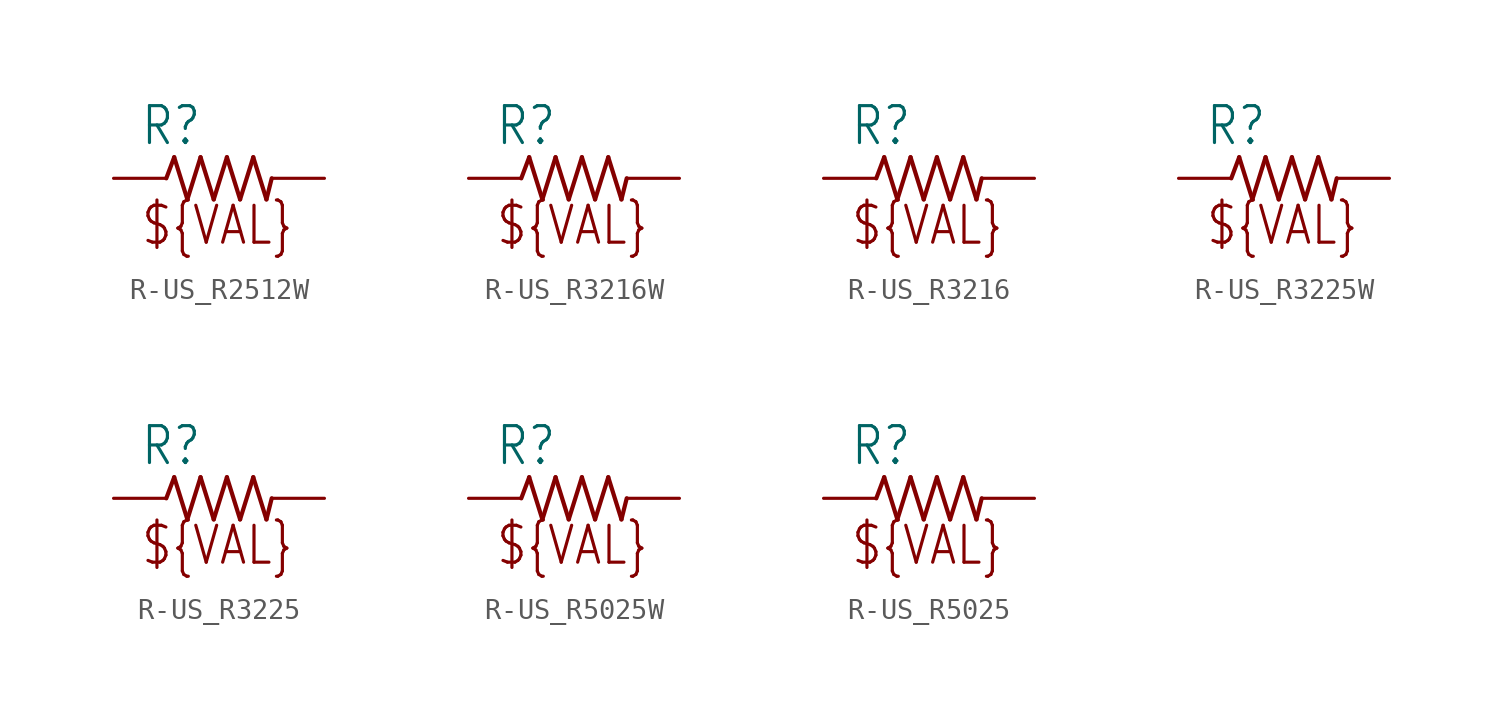
<source format=kicad_sym>
(kicad_symbol_lib
  (version 20231120)
  (generator "kicad_symbol_editor")
  (generator_version "8.0")
  (symbol "R-US_R2512W"
    (property "Reference" "R"
      (at -3.81 1.499 0)
      (effects (font (size 1.778 1.511)) (justify left bottom)))
    (property "ki_locked" ""
      (at 0 0 0)
      (effects (font (size 1.27 1.27))))
    (symbol "R-US_R2512W_1_0"
      (polyline (pts (xy -2.54 0) (xy -2.159 1.016)) (stroke (width 0.203) (type solid)) (fill (type none)))
      (polyline (pts (xy -2.159 1.016) (xy -1.524 -1.016)) (stroke (width 0.203) (type solid)) (fill (type none)))
      (polyline (pts (xy -1.524 -1.016) (xy -0.889 1.016)) (stroke (width 0.203) (type solid)) (fill (type none)))
      (polyline (pts (xy -0.889 1.016) (xy -0.254 -1.016)) (stroke (width 0.203) (type solid)) (fill (type none)))
      (polyline (pts (xy -0.254 -1.016) (xy 0.381 1.016)) (stroke (width 0.203) (type solid)) (fill (type none)))
      (polyline (pts (xy 0.381 1.016) (xy 1.016 -1.016)) (stroke (width 0.203) (type solid)) (fill (type none)))
      (polyline (pts (xy 1.016 -1.016) (xy 1.651 1.016)) (stroke (width 0.203) (type solid)) (fill (type none)))
      (polyline (pts (xy 1.651 1.016) (xy 2.286 -1.016)) (stroke (width 0.203) (type solid)) (fill (type none)))
      (polyline (pts (xy 2.286 -1.016) (xy 2.54 0)) (stroke (width 0.203) (type solid)) (fill (type none)))
      (text "${VAL}" (at -3.81 -3.302 0) (effects (font (size 1.778 1.511)) (justify left bottom)))
      (pin passive line (at -5.08 0 0) (length 2.54) (name "1" (effects (font (size 0 0)))) (number "1" (effects (font (size 0 0)))))
      (pin passive line (at 5.08 0 180) (length 2.54) (name "2" (effects (font (size 0 0)))) (number "2" (effects (font (size 0 0)))))))
  (symbol "R-US_R3216W"
    (property "Reference" "R"
      (at -3.81 1.499 0)
      (effects (font (size 1.778 1.511)) (justify left bottom)))
    (property "ki_locked" ""
      (at 0 0 0)
      (effects (font (size 1.27 1.27))))
    (symbol "R-US_R3216W_1_0"
      (polyline (pts (xy -2.54 0) (xy -2.159 1.016)) (stroke (width 0.203) (type solid)) (fill (type none)))
      (polyline (pts (xy -2.159 1.016) (xy -1.524 -1.016)) (stroke (width 0.203) (type solid)) (fill (type none)))
      (polyline (pts (xy -1.524 -1.016) (xy -0.889 1.016)) (stroke (width 0.203) (type solid)) (fill (type none)))
      (polyline (pts (xy -0.889 1.016) (xy -0.254 -1.016)) (stroke (width 0.203) (type solid)) (fill (type none)))
      (polyline (pts (xy -0.254 -1.016) (xy 0.381 1.016)) (stroke (width 0.203) (type solid)) (fill (type none)))
      (polyline (pts (xy 0.381 1.016) (xy 1.016 -1.016)) (stroke (width 0.203) (type solid)) (fill (type none)))
      (polyline (pts (xy 1.016 -1.016) (xy 1.651 1.016)) (stroke (width 0.203) (type solid)) (fill (type none)))
      (polyline (pts (xy 1.651 1.016) (xy 2.286 -1.016)) (stroke (width 0.203) (type solid)) (fill (type none)))
      (polyline (pts (xy 2.286 -1.016) (xy 2.54 0)) (stroke (width 0.203) (type solid)) (fill (type none)))
      (text "${VAL}" (at -3.81 -3.302 0) (effects (font (size 1.778 1.511)) (justify left bottom)))
      (pin passive line (at -5.08 0 0) (length 2.54) (name "1" (effects (font (size 0 0)))) (number "1" (effects (font (size 0 0)))))
      (pin passive line (at 5.08 0 180) (length 2.54) (name "2" (effects (font (size 0 0)))) (number "2" (effects (font (size 0 0)))))))
  (symbol "R-US_R3216"
    (property "Reference" "R"
      (at -3.81 1.499 0)
      (effects (font (size 1.778 1.511)) (justify left bottom)))
    (property "ki_locked" ""
      (at 0 0 0)
      (effects (font (size 1.27 1.27))))
    (symbol "R-US_R3216_1_0"
      (polyline (pts (xy -2.54 0) (xy -2.159 1.016)) (stroke (width 0.203) (type solid)) (fill (type none)))
      (polyline (pts (xy -2.159 1.016) (xy -1.524 -1.016)) (stroke (width 0.203) (type solid)) (fill (type none)))
      (polyline (pts (xy -1.524 -1.016) (xy -0.889 1.016)) (stroke (width 0.203) (type solid)) (fill (type none)))
      (polyline (pts (xy -0.889 1.016) (xy -0.254 -1.016)) (stroke (width 0.203) (type solid)) (fill (type none)))
      (polyline (pts (xy -0.254 -1.016) (xy 0.381 1.016)) (stroke (width 0.203) (type solid)) (fill (type none)))
      (polyline (pts (xy 0.381 1.016) (xy 1.016 -1.016)) (stroke (width 0.203) (type solid)) (fill (type none)))
      (polyline (pts (xy 1.016 -1.016) (xy 1.651 1.016)) (stroke (width 0.203) (type solid)) (fill (type none)))
      (polyline (pts (xy 1.651 1.016) (xy 2.286 -1.016)) (stroke (width 0.203) (type solid)) (fill (type none)))
      (polyline (pts (xy 2.286 -1.016) (xy 2.54 0)) (stroke (width 0.203) (type solid)) (fill (type none)))
      (text "${VAL}" (at -3.81 -3.302 0) (effects (font (size 1.778 1.511)) (justify left bottom)))
      (pin passive line (at -5.08 0 0) (length 2.54) (name "1" (effects (font (size 0 0)))) (number "1" (effects (font (size 0 0)))))
      (pin passive line (at 5.08 0 180) (length 2.54) (name "2" (effects (font (size 0 0)))) (number "2" (effects (font (size 0 0)))))))
  (symbol "R-US_R3225W"
    (property "Reference" "R"
      (at -3.81 1.499 0)
      (effects (font (size 1.778 1.511)) (justify left bottom)))
    (property "ki_locked" ""
      (at 0 0 0)
      (effects (font (size 1.27 1.27))))
    (symbol "R-US_R3225W_1_0"
      (polyline (pts (xy -2.54 0) (xy -2.159 1.016)) (stroke (width 0.203) (type solid)) (fill (type none)))
      (polyline (pts (xy -2.159 1.016) (xy -1.524 -1.016)) (stroke (width 0.203) (type solid)) (fill (type none)))
      (polyline (pts (xy -1.524 -1.016) (xy -0.889 1.016)) (stroke (width 0.203) (type solid)) (fill (type none)))
      (polyline (pts (xy -0.889 1.016) (xy -0.254 -1.016)) (stroke (width 0.203) (type solid)) (fill (type none)))
      (polyline (pts (xy -0.254 -1.016) (xy 0.381 1.016)) (stroke (width 0.203) (type solid)) (fill (type none)))
      (polyline (pts (xy 0.381 1.016) (xy 1.016 -1.016)) (stroke (width 0.203) (type solid)) (fill (type none)))
      (polyline (pts (xy 1.016 -1.016) (xy 1.651 1.016)) (stroke (width 0.203) (type solid)) (fill (type none)))
      (polyline (pts (xy 1.651 1.016) (xy 2.286 -1.016)) (stroke (width 0.203) (type solid)) (fill (type none)))
      (polyline (pts (xy 2.286 -1.016) (xy 2.54 0)) (stroke (width 0.203) (type solid)) (fill (type none)))
      (text "${VAL}" (at -3.81 -3.302 0) (effects (font (size 1.778 1.511)) (justify left bottom)))
      (pin passive line (at -5.08 0 0) (length 2.54) (name "1" (effects (font (size 0 0)))) (number "1" (effects (font (size 0 0)))))
      (pin passive line (at 5.08 0 180) (length 2.54) (name "2" (effects (font (size 0 0)))) (number "2" (effects (font (size 0 0)))))))
  (symbol "R-US_R3225"
    (property "Reference" "R"
      (at -3.81 1.499 0)
      (effects (font (size 1.778 1.511)) (justify left bottom)))
    (property "ki_locked" ""
      (at 0 0 0)
      (effects (font (size 1.27 1.27))))
    (symbol "R-US_R3225_1_0"
      (polyline (pts (xy -2.54 0) (xy -2.159 1.016)) (stroke (width 0.203) (type solid)) (fill (type none)))
      (polyline (pts (xy -2.159 1.016) (xy -1.524 -1.016)) (stroke (width 0.203) (type solid)) (fill (type none)))
      (polyline (pts (xy -1.524 -1.016) (xy -0.889 1.016)) (stroke (width 0.203) (type solid)) (fill (type none)))
      (polyline (pts (xy -0.889 1.016) (xy -0.254 -1.016)) (stroke (width 0.203) (type solid)) (fill (type none)))
      (polyline (pts (xy -0.254 -1.016) (xy 0.381 1.016)) (stroke (width 0.203) (type solid)) (fill (type none)))
      (polyline (pts (xy 0.381 1.016) (xy 1.016 -1.016)) (stroke (width 0.203) (type solid)) (fill (type none)))
      (polyline (pts (xy 1.016 -1.016) (xy 1.651 1.016)) (stroke (width 0.203) (type solid)) (fill (type none)))
      (polyline (pts (xy 1.651 1.016) (xy 2.286 -1.016)) (stroke (width 0.203) (type solid)) (fill (type none)))
      (polyline (pts (xy 2.286 -1.016) (xy 2.54 0)) (stroke (width 0.203) (type solid)) (fill (type none)))
      (text "${VAL}" (at -3.81 -3.302 0) (effects (font (size 1.778 1.511)) (justify left bottom)))
      (pin passive line (at -5.08 0 0) (length 2.54) (name "1" (effects (font (size 0 0)))) (number "1" (effects (font (size 0 0)))))
      (pin passive line (at 5.08 0 180) (length 2.54) (name "2" (effects (font (size 0 0)))) (number "2" (effects (font (size 0 0)))))))
  (symbol "R-US_R5025W"
    (property "Reference" "R"
      (at -3.81 1.499 0)
      (effects (font (size 1.778 1.511)) (justify left bottom)))
    (property "ki_locked" ""
      (at 0 0 0)
      (effects (font (size 1.27 1.27))))
    (symbol "R-US_R5025W_1_0"
      (polyline (pts (xy -2.54 0) (xy -2.159 1.016)) (stroke (width 0.203) (type solid)) (fill (type none)))
      (polyline (pts (xy -2.159 1.016) (xy -1.524 -1.016)) (stroke (width 0.203) (type solid)) (fill (type none)))
      (polyline (pts (xy -1.524 -1.016) (xy -0.889 1.016)) (stroke (width 0.203) (type solid)) (fill (type none)))
      (polyline (pts (xy -0.889 1.016) (xy -0.254 -1.016)) (stroke (width 0.203) (type solid)) (fill (type none)))
      (polyline (pts (xy -0.254 -1.016) (xy 0.381 1.016)) (stroke (width 0.203) (type solid)) (fill (type none)))
      (polyline (pts (xy 0.381 1.016) (xy 1.016 -1.016)) (stroke (width 0.203) (type solid)) (fill (type none)))
      (polyline (pts (xy 1.016 -1.016) (xy 1.651 1.016)) (stroke (width 0.203) (type solid)) (fill (type none)))
      (polyline (pts (xy 1.651 1.016) (xy 2.286 -1.016)) (stroke (width 0.203) (type solid)) (fill (type none)))
      (polyline (pts (xy 2.286 -1.016) (xy 2.54 0)) (stroke (width 0.203) (type solid)) (fill (type none)))
      (text "${VAL}" (at -3.81 -3.302 0) (effects (font (size 1.778 1.511)) (justify left bottom)))
      (pin passive line (at -5.08 0 0) (length 2.54) (name "1" (effects (font (size 0 0)))) (number "1" (effects (font (size 0 0)))))
      (pin passive line (at 5.08 0 180) (length 2.54) (name "2" (effects (font (size 0 0)))) (number "2" (effects (font (size 0 0)))))))
  (symbol "R-US_R5025"
    (property "Reference" "R"
      (at -3.81 1.499 0)
      (effects (font (size 1.778 1.511)) (justify left bottom)))
    (property "ki_locked" ""
      (at 0 0 0)
      (effects (font (size 1.27 1.27))))
    (symbol "R-US_R5025_1_0"
      (polyline (pts (xy -2.54 0) (xy -2.159 1.016)) (stroke (width 0.203) (type solid)) (fill (type none)))
      (polyline (pts (xy -2.159 1.016) (xy -1.524 -1.016)) (stroke (width 0.203) (type solid)) (fill (type none)))
      (polyline (pts (xy -1.524 -1.016) (xy -0.889 1.016)) (stroke (width 0.203) (type solid)) (fill (type none)))
      (polyline (pts (xy -0.889 1.016) (xy -0.254 -1.016)) (stroke (width 0.203) (type solid)) (fill (type none)))
      (polyline (pts (xy -0.254 -1.016) (xy 0.381 1.016)) (stroke (width 0.203) (type solid)) (fill (type none)))
      (polyline (pts (xy 0.381 1.016) (xy 1.016 -1.016)) (stroke (width 0.203) (type solid)) (fill (type none)))
      (polyline (pts (xy 1.016 -1.016) (xy 1.651 1.016)) (stroke (width 0.203) (type solid)) (fill (type none)))
      (polyline (pts (xy 1.651 1.016) (xy 2.286 -1.016)) (stroke (width 0.203) (type solid)) (fill (type none)))
      (polyline (pts (xy 2.286 -1.016) (xy 2.54 0)) (stroke (width 0.203) (type solid)) (fill (type none)))
      (text "${VAL}" (at -3.81 -3.302 0) (effects (font (size 1.778 1.511)) (justify left bottom)))
      (pin passive line (at -5.08 0 0) (length 2.54) (name "1" (effects (font (size 0 0)))) (number "1" (effects (font (size 0 0)))))
      (pin passive line (at 5.08 0 180) (length 2.54) (name "2" (effects (font (size 0 0)))) (number "2" (effects (font (size 0 0))))))))
</source>
